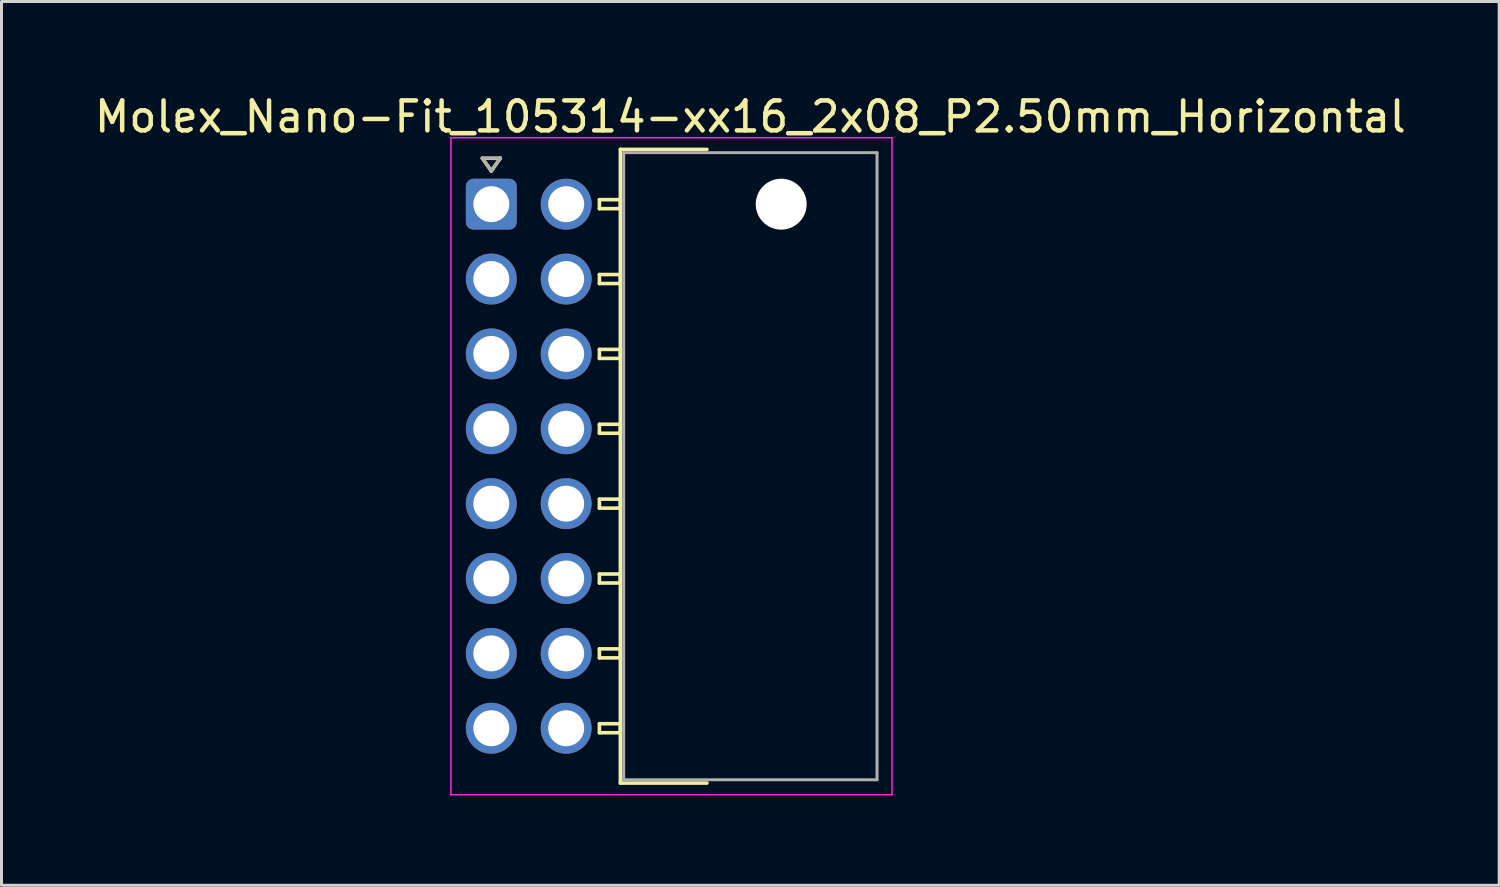
<source format=kicad_pcb>
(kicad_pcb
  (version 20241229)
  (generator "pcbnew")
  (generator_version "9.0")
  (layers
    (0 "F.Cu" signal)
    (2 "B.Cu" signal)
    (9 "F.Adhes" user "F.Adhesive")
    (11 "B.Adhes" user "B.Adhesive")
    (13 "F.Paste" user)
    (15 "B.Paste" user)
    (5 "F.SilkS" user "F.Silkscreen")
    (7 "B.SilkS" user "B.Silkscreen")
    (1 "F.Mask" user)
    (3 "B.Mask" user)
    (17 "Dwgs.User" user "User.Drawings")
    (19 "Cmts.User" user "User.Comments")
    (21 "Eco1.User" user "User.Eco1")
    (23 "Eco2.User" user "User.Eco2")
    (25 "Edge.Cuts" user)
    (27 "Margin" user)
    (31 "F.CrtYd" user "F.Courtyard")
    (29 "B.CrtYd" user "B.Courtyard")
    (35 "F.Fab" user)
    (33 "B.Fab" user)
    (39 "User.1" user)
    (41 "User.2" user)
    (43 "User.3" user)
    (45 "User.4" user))
  (footprint "Molex_Nano-Fit_105314-xx16_2x08_P2.50mm_Horizontal"
    (layer "F.Cu")
    (at 13.356 3.768)
    (property "Reference" "Molex_Nano-Fit_105314-xx16_2x08_P2.50mm_Horizontal" (at 8.65 -2.92 0) (layer "F.SilkS") (effects (font (size 1 1) (thickness 0.15))))
    (attr through_hole)
    (fp_line (start -0.3 -1.534) (end 0 -1.11) (stroke (width 0.12) (type solid)) (layer "F.SilkS"))
    (fp_line (start 0 -1.11) (end 0.3 -1.534) (stroke (width 0.12) (type solid)) (layer "F.SilkS"))
    (fp_line (start 0.3 -1.534) (end -0.3 -1.534) (stroke (width 0.12) (type solid)) (layer "F.SilkS"))
    (fp_line (start 3.61 -0.15) (end 3.61 0.15) (stroke (width 0.12) (type solid)) (layer "F.SilkS"))
    (fp_line (start 3.61 0.15) (end 4.31 0.15) (stroke (width 0.12) (type solid)) (layer "F.SilkS"))
    (fp_line (start 3.61 2.35) (end 3.61 2.65) (stroke (width 0.12) (type solid)) (layer "F.SilkS"))
    (fp_line (start 3.61 2.65) (end 4.31 2.65) (stroke (width 0.12) (type solid)) (layer "F.SilkS"))
    (fp_line (start 3.61 4.85) (end 3.61 5.15) (stroke (width 0.12) (type solid)) (layer "F.SilkS"))
    (fp_line (start 3.61 5.15) (end 4.31 5.15) (stroke (width 0.12) (type solid)) (layer "F.SilkS"))
    (fp_line (start 3.61 7.35) (end 3.61 7.65) (stroke (width 0.12) (type solid)) (layer "F.SilkS"))
    (fp_line (start 3.61 7.65) (end 4.31 7.65) (stroke (width 0.12) (type solid)) (layer "F.SilkS"))
    (fp_line (start 3.61 9.85) (end 3.61 10.15) (stroke (width 0.12) (type solid)) (layer "F.SilkS"))
    (fp_line (start 3.61 10.15) (end 4.31 10.15) (stroke (width 0.12) (type solid)) (layer "F.SilkS"))
    (fp_line (start 3.61 12.35) (end 3.61 12.65) (stroke (width 0.12) (type solid)) (layer "F.SilkS"))
    (fp_line (start 3.61 12.65) (end 4.31 12.65) (stroke (width 0.12) (type solid)) (layer "F.SilkS"))
    (fp_line (start 3.61 14.85) (end 3.61 15.15) (stroke (width 0.12) (type solid)) (layer "F.SilkS"))
    (fp_line (start 3.61 15.15) (end 4.31 15.15) (stroke (width 0.12) (type solid)) (layer "F.SilkS"))
    (fp_line (start 3.61 17.35) (end 3.61 17.65) (stroke (width 0.12) (type solid)) (layer "F.SilkS"))
    (fp_line (start 3.61 17.65) (end 4.31 17.65) (stroke (width 0.12) (type solid)) (layer "F.SilkS"))
    (fp_line (start 4.31 -1.83) (end 4.31 19.33) (stroke (width 0.12) (type solid)) (layer "F.SilkS"))
    (fp_line (start 4.31 -1.83) (end 7.2 -1.83) (stroke (width 0.12) (type solid)) (layer "F.SilkS"))
    (fp_line (start 4.31 -0.15) (end 3.61 -0.15) (stroke (width 0.12) (type solid)) (layer "F.SilkS"))
    (fp_line (start 4.31 0.15) (end 4.31 -0.15) (stroke (width 0.12) (type solid)) (layer "F.SilkS"))
    (fp_line (start 4.31 2.35) (end 3.61 2.35) (stroke (width 0.12) (type solid)) (layer "F.SilkS"))
    (fp_line (start 4.31 2.65) (end 4.31 2.35) (stroke (width 0.12) (type solid)) (layer "F.SilkS"))
    (fp_line (start 4.31 4.85) (end 3.61 4.85) (stroke (width 0.12) (type solid)) (layer "F.SilkS"))
    (fp_line (start 4.31 5.15) (end 4.31 4.85) (stroke (width 0.12) (type solid)) (layer "F.SilkS"))
    (fp_line (start 4.31 7.35) (end 3.61 7.35) (stroke (width 0.12) (type solid)) (layer "F.SilkS"))
    (fp_line (start 4.31 7.65) (end 4.31 7.35) (stroke (width 0.12) (type solid)) (layer "F.SilkS"))
    (fp_line (start 4.31 9.85) (end 3.61 9.85) (stroke (width 0.12) (type solid)) (layer "F.SilkS"))
    (fp_line (start 4.31 10.15) (end 4.31 9.85) (stroke (width 0.12) (type solid)) (layer "F.SilkS"))
    (fp_line (start 4.31 12.35) (end 3.61 12.35) (stroke (width 0.12) (type solid)) (layer "F.SilkS"))
    (fp_line (start 4.31 12.65) (end 4.31 12.35) (stroke (width 0.12) (type solid)) (layer "F.SilkS"))
    (fp_line (start 4.31 14.85) (end 3.61 14.85) (stroke (width 0.12) (type solid)) (layer "F.SilkS"))
    (fp_line (start 4.31 15.15) (end 4.31 14.85) (stroke (width 0.12) (type solid)) (layer "F.SilkS"))
    (fp_line (start 4.31 17.35) (end 3.61 17.35) (stroke (width 0.12) (type solid)) (layer "F.SilkS"))
    (fp_line (start 4.31 17.65) (end 4.31 17.35) (stroke (width 0.12) (type solid)) (layer "F.SilkS"))
    (fp_line (start 4.31 19.33) (end 7.2 19.33) (stroke (width 0.12) (type solid)) (layer "F.SilkS"))
    (fp_line (start -1.35 -2.22) (end -1.35 19.72) (stroke (width 0.05) (type solid)) (layer "F.CrtYd"))
    (fp_line (start -1.35 19.72) (end 13.38 19.72) (stroke (width 0.05) (type solid)) (layer "F.CrtYd"))
    (fp_line (start 13.38 -2.22) (end -1.35 -2.22) (stroke (width 0.05) (type solid)) (layer "F.CrtYd"))
    (fp_line (start 13.38 19.72) (end 13.38 -2.22) (stroke (width 0.05) (type solid)) (layer "F.CrtYd"))
    (fp_line (start -0.3 -1.534) (end 0 -1.11) (stroke (width 0.1) (type solid)) (layer "F.Fab"))
    (fp_line (start 0 -1.11) (end 0.3 -1.534) (stroke (width 0.1) (type solid)) (layer "F.Fab"))
    (fp_line (start 0.3 -1.534) (end -0.3 -1.534) (stroke (width 0.1) (type solid)) (layer "F.Fab"))
    (fp_line (start 4.42 -1.72) (end 4.42 19.22) (stroke (width 0.1) (type solid)) (layer "F.Fab"))
    (fp_line (start 4.42 19.22) (end 12.88 19.22) (stroke (width 0.1) (type solid)) (layer "F.Fab"))
    (fp_line (start 12.88 -1.72) (end 4.42 -1.72) (stroke (width 0.1) (type solid)) (layer "F.Fab"))
    (fp_line (start 12.88 19.22) (end 12.88 -1.72) (stroke (width 0.1) (type solid)) (layer "F.Fab"))
    (pad "" np_thru_hole circle (at 9.68 0) (size 1.7 1.7) (drill 1.7) (layers "*.Cu" "*.Mask"))
    (pad "1" thru_hole roundrect (at 0 0) (size 1.7 1.7) (drill 1.2) (layers "*.Cu" "*.Mask") (roundrect_rratio 0.147))
    (pad "2" thru_hole circle (at 0 2.5) (size 1.7 1.7) (drill 1.2) (layers "*.Cu" "*.Mask"))
    (pad "3" thru_hole circle (at 0 5) (size 1.7 1.7) (drill 1.2) (layers "*.Cu" "*.Mask"))
    (pad "4" thru_hole circle (at 0 7.5) (size 1.7 1.7) (drill 1.2) (layers "*.Cu" "*.Mask"))
    (pad "5" thru_hole circle (at 0 10) (size 1.7 1.7) (drill 1.2) (layers "*.Cu" "*.Mask"))
    (pad "6" thru_hole circle (at 0 12.5) (size 1.7 1.7) (drill 1.2) (layers "*.Cu" "*.Mask"))
    (pad "7" thru_hole circle (at 0 15) (size 1.7 1.7) (drill 1.2) (layers "*.Cu" "*.Mask"))
    (pad "8" thru_hole circle (at 0 17.5) (size 1.7 1.7) (drill 1.2) (layers "*.Cu" "*.Mask"))
    (pad "9" thru_hole circle (at 2.5 0) (size 1.7 1.7) (drill 1.2) (layers "*.Cu" "*.Mask"))
    (pad "10" thru_hole circle (at 2.5 2.5) (size 1.7 1.7) (drill 1.2) (layers "*.Cu" "*.Mask"))
    (pad "11" thru_hole circle (at 2.5 5) (size 1.7 1.7) (drill 1.2) (layers "*.Cu" "*.Mask"))
    (pad "12" thru_hole circle (at 2.5 7.5) (size 1.7 1.7) (drill 1.2) (layers "*.Cu" "*.Mask"))
    (pad "13" thru_hole circle (at 2.5 10) (size 1.7 1.7) (drill 1.2) (layers "*.Cu" "*.Mask"))
    (pad "14" thru_hole circle (at 2.5 12.5) (size 1.7 1.7) (drill 1.2) (layers "*.Cu" "*.Mask"))
    (pad "15" thru_hole circle (at 2.5 15) (size 1.7 1.7) (drill 1.2) (layers "*.Cu" "*.Mask"))
    (pad "16" thru_hole circle (at 2.5 17.5) (size 1.7 1.7) (drill 1.2) (layers "*.Cu" "*.Mask")))
  (gr_rect
    (start -3 -3)
    (end 47.012 26.513)
    (stroke (width 0.1) (type default))
    (fill no)
    (layer "Edge.Cuts")))
</source>
